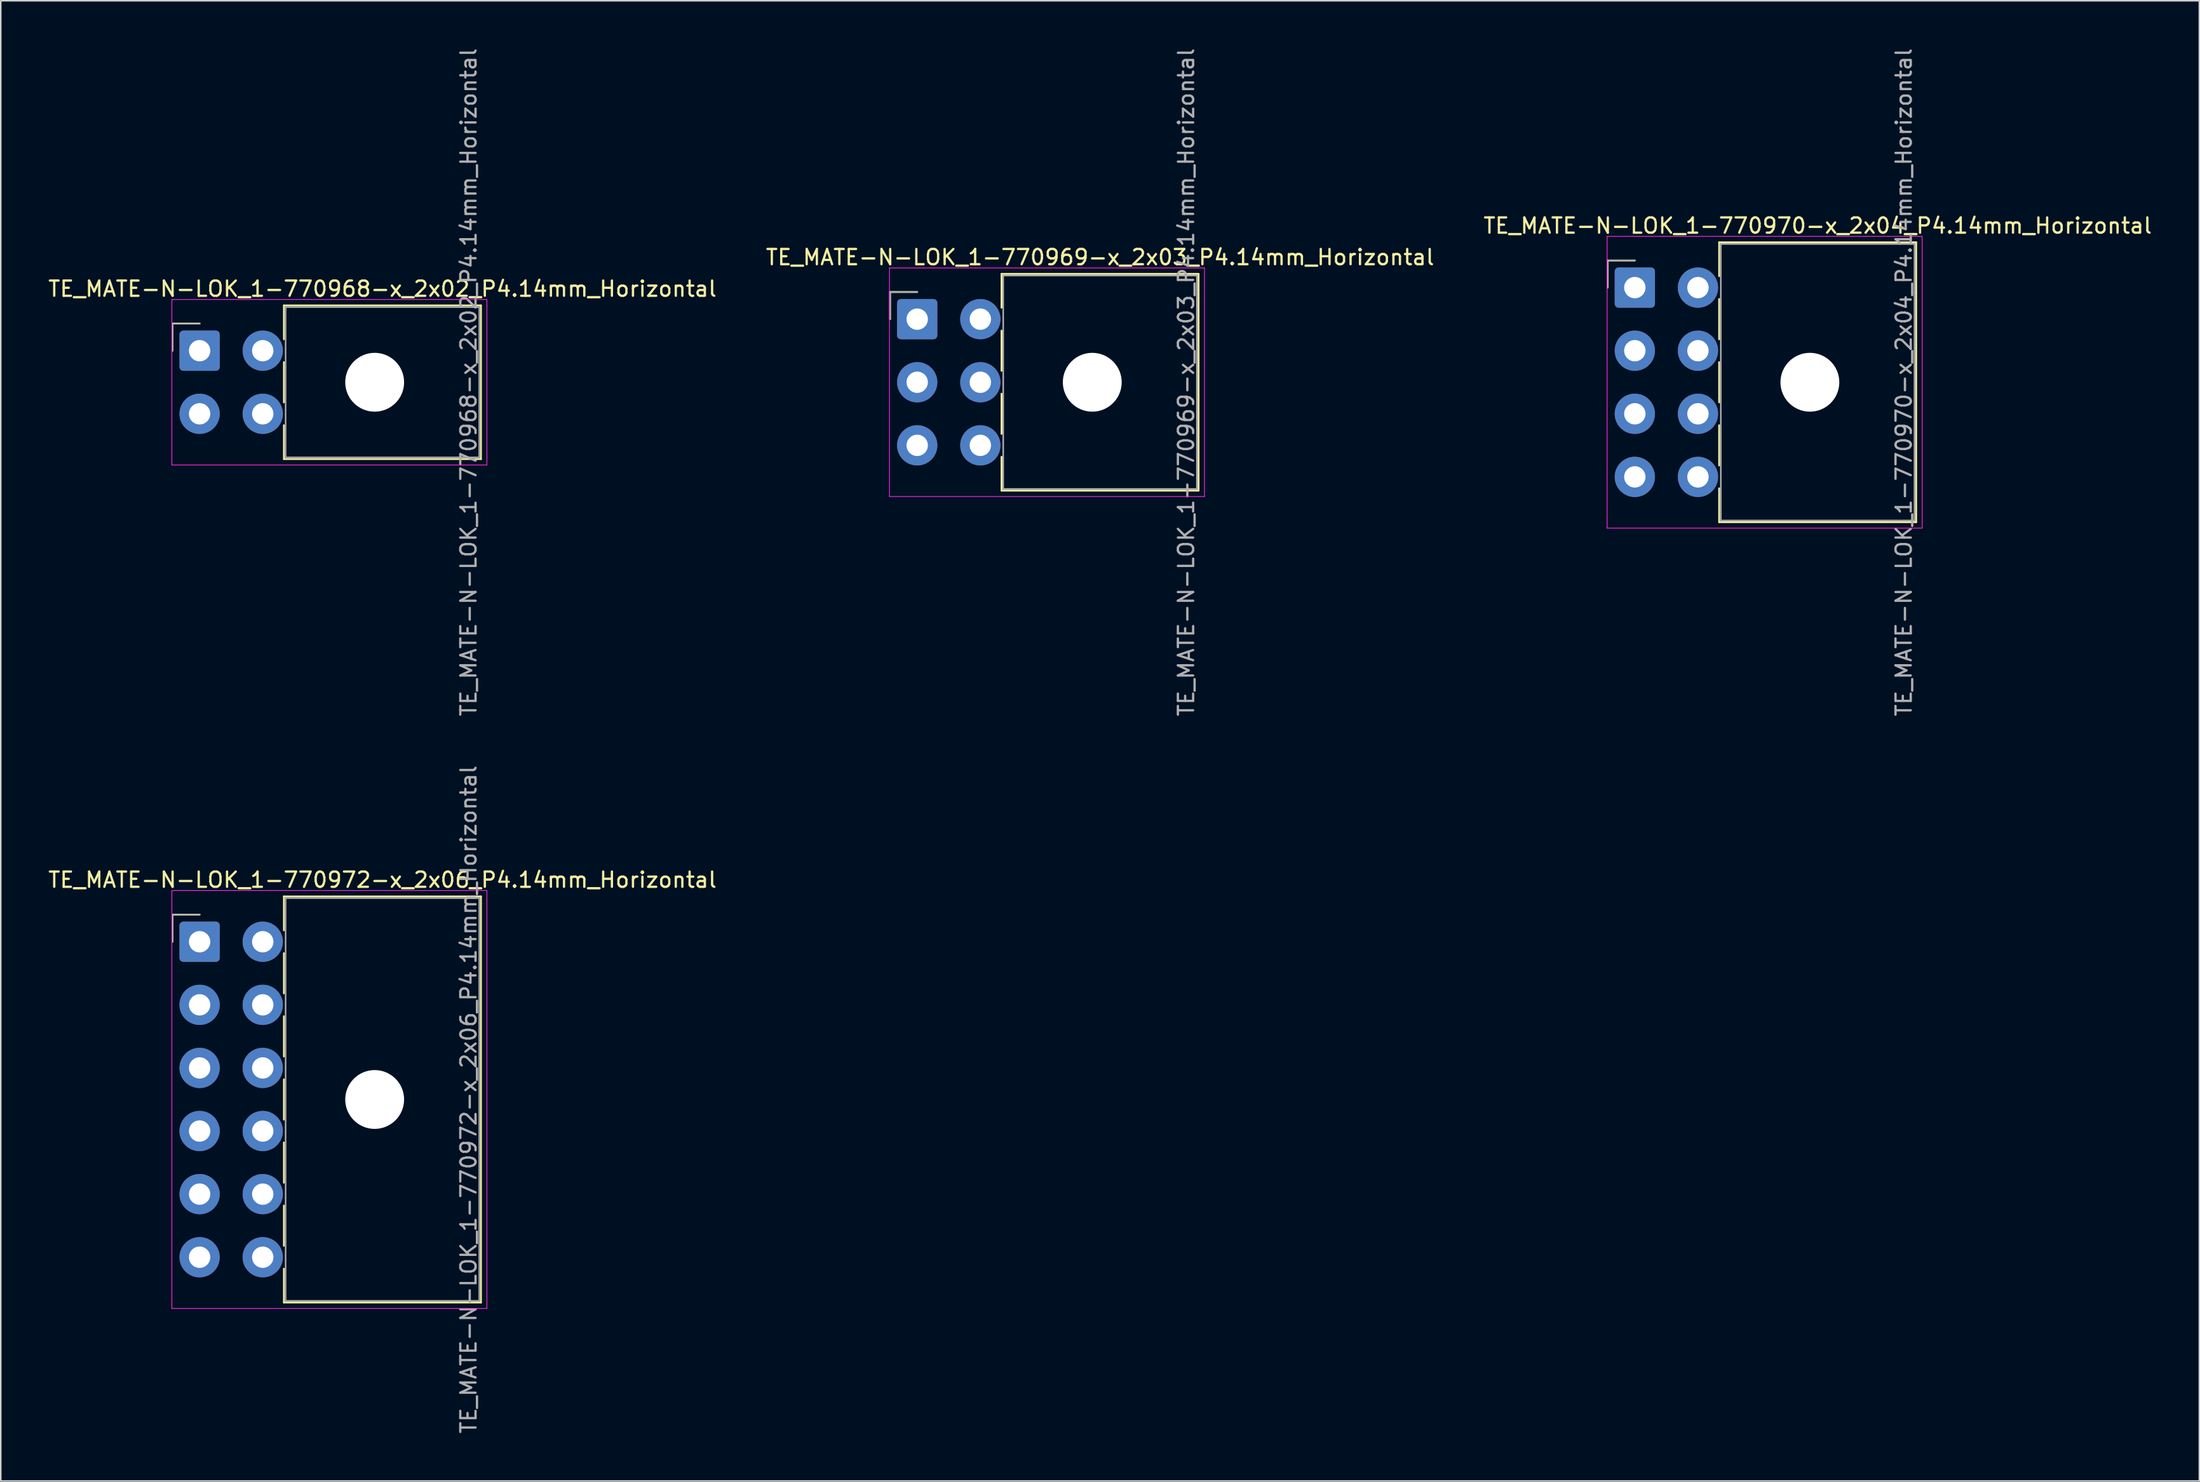
<source format=kicad_pcb>
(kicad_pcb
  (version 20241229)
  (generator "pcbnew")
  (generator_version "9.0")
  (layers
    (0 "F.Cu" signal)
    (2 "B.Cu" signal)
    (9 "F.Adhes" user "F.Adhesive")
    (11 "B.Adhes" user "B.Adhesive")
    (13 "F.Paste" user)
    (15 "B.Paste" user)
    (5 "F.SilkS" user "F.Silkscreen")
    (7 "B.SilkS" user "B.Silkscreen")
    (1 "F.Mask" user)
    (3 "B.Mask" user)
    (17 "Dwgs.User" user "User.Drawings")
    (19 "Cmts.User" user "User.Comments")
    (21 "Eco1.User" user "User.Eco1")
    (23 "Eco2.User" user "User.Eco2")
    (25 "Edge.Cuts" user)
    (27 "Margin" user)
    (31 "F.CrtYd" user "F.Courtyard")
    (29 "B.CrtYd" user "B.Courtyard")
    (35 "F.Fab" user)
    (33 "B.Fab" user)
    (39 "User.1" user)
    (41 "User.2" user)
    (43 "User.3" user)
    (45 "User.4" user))
  (footprint "TE_MATE-N-LOK_1-770969-x_2x03_P4.14mm_Horizontal"
    (layer "F.Cu")
    (at 57.099 17.89)
    (property "Reference" "TE_MATE-N-LOK_1-770969-x_2x03_P4.14mm_Horizontal" (at 11.99 -4.06 0) (layer "F.SilkS") (effects (font (size 1 1) (thickness 0.15))))
    (attr through_hole)
    (fp_line (start -1.78 -1.78) (end -1.78 0) (stroke (width 0.12) (type solid)) (layer "F.SilkS"))
    (fp_line (start 0 -1.78) (end -1.78 -1.78) (stroke (width 0.12) (type solid)) (layer "F.SilkS"))
    (fp_line (start 5.53 -2.97) (end 18.45 -2.97) (stroke (width 0.12) (type solid)) (layer "F.SilkS"))
    (fp_line (start 5.53 -0.751) (end 5.53 -2.97) (stroke (width 0.12) (type solid)) (layer "F.SilkS"))
    (fp_line (start 5.53 0.751) (end 5.53 3.389) (stroke (width 0.12) (type solid)) (layer "F.SilkS"))
    (fp_line (start 5.53 4.891) (end 5.53 7.529) (stroke (width 0.12) (type solid)) (layer "F.SilkS"))
    (fp_line (start 5.53 11.25) (end 5.53 9.031) (stroke (width 0.12) (type solid)) (layer "F.SilkS"))
    (fp_line (start 18.45 -2.97) (end 18.45 11.25) (stroke (width 0.12) (type solid)) (layer "F.SilkS"))
    (fp_line (start 18.45 11.25) (end 5.53 11.25) (stroke (width 0.12) (type solid)) (layer "F.SilkS"))
    (fp_line (start -1.82 -3.36) (end -1.82 11.64) (stroke (width 0.05) (type solid)) (layer "F.CrtYd"))
    (fp_line (start -1.82 11.64) (end 18.84 11.64) (stroke (width 0.05) (type solid)) (layer "F.CrtYd"))
    (fp_line (start 18.84 -3.36) (end -1.82 -3.36) (stroke (width 0.05) (type solid)) (layer "F.CrtYd"))
    (fp_line (start 18.84 11.64) (end 18.84 -3.36) (stroke (width 0.05) (type solid)) (layer "F.CrtYd"))
    (fp_line (start -1.78 -1.78) (end -1.78 0) (stroke (width 0.1) (type solid)) (layer "F.Fab"))
    (fp_line (start 0 -1.78) (end -1.78 -1.78) (stroke (width 0.1) (type solid)) (layer "F.Fab"))
    (fp_line (start 5.64 -2.86) (end 5.64 11.14) (stroke (width 0.1) (type solid)) (layer "F.Fab"))
    (fp_line (start 5.64 11.14) (end 18.34 11.14) (stroke (width 0.1) (type solid)) (layer "F.Fab"))
    (fp_line (start 18.34 -2.86) (end 5.64 -2.86) (stroke (width 0.1) (type solid)) (layer "F.Fab"))
    (fp_line (start 18.34 11.14) (end 18.34 -2.86) (stroke (width 0.1) (type solid)) (layer "F.Fab"))
    (fp_text user "${REFERENCE}" (at 17.64 4.14 90) (layer "F.Fab") (effects (font (size 1 1) (thickness 0.15))))
    (pad "" np_thru_hole circle (at 11.48 4.14) (size 3.86 3.86) (drill 3.86) (layers "*.Cu" "*.Mask"))
    (pad "1" thru_hole roundrect (at 0 0) (size 2.64 2.64) (drill 1.4) (layers "*.Cu" "*.Mask") (roundrect_rratio 0.095))
    (pad "2" thru_hole circle (at 0 4.14) (size 2.64 2.64) (drill 1.4) (layers "*.Cu" "*.Mask"))
    (pad "3" thru_hole circle (at 0 8.28) (size 2.64 2.64) (drill 1.4) (layers "*.Cu" "*.Mask"))
    (pad "4" thru_hole circle (at 4.14 0) (size 2.64 2.64) (drill 1.4) (layers "*.Cu" "*.Mask"))
    (pad "5" thru_hole circle (at 4.14 4.14) (size 2.64 2.64) (drill 1.4) (layers "*.Cu" "*.Mask"))
    (pad "6" thru_hole circle (at 4.14 8.28) (size 2.64 2.64) (drill 1.4) (layers "*.Cu" "*.Mask")))
  (footprint "TE_MATE-N-LOK_1-770970-x_2x04_P4.14mm_Horizontal"
    (layer "F.Cu")
    (at 104.159 15.82)
    (property "Reference" "TE_MATE-N-LOK_1-770970-x_2x04_P4.14mm_Horizontal" (at 11.99 -4.06 0) (layer "F.SilkS") (effects (font (size 1 1) (thickness 0.15))))
    (attr through_hole)
    (fp_line (start -1.78 -1.78) (end -1.78 0) (stroke (width 0.12) (type solid)) (layer "F.SilkS"))
    (fp_line (start 0 -1.78) (end -1.78 -1.78) (stroke (width 0.12) (type solid)) (layer "F.SilkS"))
    (fp_line (start 5.53 -2.97) (end 18.45 -2.97) (stroke (width 0.12) (type solid)) (layer "F.SilkS"))
    (fp_line (start 5.53 -0.751) (end 5.53 -2.97) (stroke (width 0.12) (type solid)) (layer "F.SilkS"))
    (fp_line (start 5.53 0.751) (end 5.53 3.389) (stroke (width 0.12) (type solid)) (layer "F.SilkS"))
    (fp_line (start 5.53 4.891) (end 5.53 7.529) (stroke (width 0.12) (type solid)) (layer "F.SilkS"))
    (fp_line (start 5.53 9.031) (end 5.53 11.669) (stroke (width 0.12) (type solid)) (layer "F.SilkS"))
    (fp_line (start 5.53 15.39) (end 5.53 13.171) (stroke (width 0.12) (type solid)) (layer "F.SilkS"))
    (fp_line (start 18.45 -2.97) (end 18.45 15.39) (stroke (width 0.12) (type solid)) (layer "F.SilkS"))
    (fp_line (start 18.45 15.39) (end 5.53 15.39) (stroke (width 0.12) (type solid)) (layer "F.SilkS"))
    (fp_line (start -1.82 -3.36) (end -1.82 15.78) (stroke (width 0.05) (type solid)) (layer "F.CrtYd"))
    (fp_line (start -1.82 15.78) (end 18.84 15.78) (stroke (width 0.05) (type solid)) (layer "F.CrtYd"))
    (fp_line (start 18.84 -3.36) (end -1.82 -3.36) (stroke (width 0.05) (type solid)) (layer "F.CrtYd"))
    (fp_line (start 18.84 15.78) (end 18.84 -3.36) (stroke (width 0.05) (type solid)) (layer "F.CrtYd"))
    (fp_line (start -1.78 -1.78) (end -1.78 0) (stroke (width 0.1) (type solid)) (layer "F.Fab"))
    (fp_line (start 0 -1.78) (end -1.78 -1.78) (stroke (width 0.1) (type solid)) (layer "F.Fab"))
    (fp_line (start 5.64 -2.86) (end 5.64 15.28) (stroke (width 0.1) (type solid)) (layer "F.Fab"))
    (fp_line (start 5.64 15.28) (end 18.34 15.28) (stroke (width 0.1) (type solid)) (layer "F.Fab"))
    (fp_line (start 18.34 -2.86) (end 5.64 -2.86) (stroke (width 0.1) (type solid)) (layer "F.Fab"))
    (fp_line (start 18.34 15.28) (end 18.34 -2.86) (stroke (width 0.1) (type solid)) (layer "F.Fab"))
    (fp_text user "${REFERENCE}" (at 17.64 6.21 90) (layer "F.Fab") (effects (font (size 1 1) (thickness 0.15))))
    (pad "" np_thru_hole circle (at 11.48 6.21) (size 3.86 3.86) (drill 3.86) (layers "*.Cu" "*.Mask"))
    (pad "1" thru_hole roundrect (at 0 0) (size 2.64 2.64) (drill 1.4) (layers "*.Cu" "*.Mask") (roundrect_rratio 0.095))
    (pad "2" thru_hole circle (at 0 4.14) (size 2.64 2.64) (drill 1.4) (layers "*.Cu" "*.Mask"))
    (pad "3" thru_hole circle (at 0 8.28) (size 2.64 2.64) (drill 1.4) (layers "*.Cu" "*.Mask"))
    (pad "4" thru_hole circle (at 0 12.42) (size 2.64 2.64) (drill 1.4) (layers "*.Cu" "*.Mask"))
    (pad "5" thru_hole circle (at 4.14 0) (size 2.64 2.64) (drill 1.4) (layers "*.Cu" "*.Mask"))
    (pad "6" thru_hole circle (at 4.14 4.14) (size 2.64 2.64) (drill 1.4) (layers "*.Cu" "*.Mask"))
    (pad "7" thru_hole circle (at 4.14 8.28) (size 2.64 2.64) (drill 1.4) (layers "*.Cu" "*.Mask"))
    (pad "8" thru_hole circle (at 4.14 12.42) (size 2.64 2.64) (drill 1.4) (layers "*.Cu" "*.Mask")))
  (footprint "TE_MATE-N-LOK_1-770968-x_2x02_P4.14mm_Horizontal"
    (layer "F.Cu")
    (at 10.04 19.96)
    (property "Reference" "TE_MATE-N-LOK_1-770968-x_2x02_P4.14mm_Horizontal" (at 11.99 -4.06 0) (layer "F.SilkS") (effects (font (size 1 1) (thickness 0.15))))
    (attr through_hole)
    (fp_line (start -1.78 -1.78) (end -1.78 0) (stroke (width 0.12) (type solid)) (layer "F.SilkS"))
    (fp_line (start 0 -1.78) (end -1.78 -1.78) (stroke (width 0.12) (type solid)) (layer "F.SilkS"))
    (fp_line (start 5.53 -2.97) (end 18.45 -2.97) (stroke (width 0.12) (type solid)) (layer "F.SilkS"))
    (fp_line (start 5.53 -0.751) (end 5.53 -2.97) (stroke (width 0.12) (type solid)) (layer "F.SilkS"))
    (fp_line (start 5.53 0.751) (end 5.53 3.389) (stroke (width 0.12) (type solid)) (layer "F.SilkS"))
    (fp_line (start 5.53 7.11) (end 5.53 4.891) (stroke (width 0.12) (type solid)) (layer "F.SilkS"))
    (fp_line (start 18.45 -2.97) (end 18.45 7.11) (stroke (width 0.12) (type solid)) (layer "F.SilkS"))
    (fp_line (start 18.45 7.11) (end 5.53 7.11) (stroke (width 0.12) (type solid)) (layer "F.SilkS"))
    (fp_line (start -1.82 -3.36) (end -1.82 7.5) (stroke (width 0.05) (type solid)) (layer "F.CrtYd"))
    (fp_line (start -1.82 7.5) (end 18.84 7.5) (stroke (width 0.05) (type solid)) (layer "F.CrtYd"))
    (fp_line (start 18.84 -3.36) (end -1.82 -3.36) (stroke (width 0.05) (type solid)) (layer "F.CrtYd"))
    (fp_line (start 18.84 7.5) (end 18.84 -3.36) (stroke (width 0.05) (type solid)) (layer "F.CrtYd"))
    (fp_line (start -1.78 -1.78) (end -1.78 0) (stroke (width 0.1) (type solid)) (layer "F.Fab"))
    (fp_line (start 0 -1.78) (end -1.78 -1.78) (stroke (width 0.1) (type solid)) (layer "F.Fab"))
    (fp_line (start 5.64 -2.86) (end 5.64 7) (stroke (width 0.1) (type solid)) (layer "F.Fab"))
    (fp_line (start 5.64 7) (end 18.34 7) (stroke (width 0.1) (type solid)) (layer "F.Fab"))
    (fp_line (start 18.34 -2.86) (end 5.64 -2.86) (stroke (width 0.1) (type solid)) (layer "F.Fab"))
    (fp_line (start 18.34 7) (end 18.34 -2.86) (stroke (width 0.1) (type solid)) (layer "F.Fab"))
    (fp_text user "${REFERENCE}" (at 17.64 2.07 90) (layer "F.Fab") (effects (font (size 1 1) (thickness 0.15))))
    (pad "" np_thru_hole circle (at 11.48 2.07) (size 3.86 3.86) (drill 3.86) (layers "*.Cu" "*.Mask"))
    (pad "1" thru_hole roundrect (at 0 0) (size 2.64 2.64) (drill 1.4) (layers "*.Cu" "*.Mask") (roundrect_rratio 0.095))
    (pad "2" thru_hole circle (at 0 4.14) (size 2.64 2.64) (drill 1.4) (layers "*.Cu" "*.Mask"))
    (pad "3" thru_hole circle (at 4.14 0) (size 2.64 2.64) (drill 1.4) (layers "*.Cu" "*.Mask"))
    (pad "4" thru_hole circle (at 4.14 4.14) (size 2.64 2.64) (drill 1.4) (layers "*.Cu" "*.Mask")))
  (footprint "TE_MATE-N-LOK_1-770972-x_2x06_P4.14mm_Horizontal"
    (layer "F.Cu")
    (at 10.04 58.739)
    (property "Reference" "TE_MATE-N-LOK_1-770972-x_2x06_P4.14mm_Horizontal" (at 11.99 -4.06 0) (layer "F.SilkS") (effects (font (size 1 1) (thickness 0.15))))
    (attr through_hole)
    (fp_line (start -1.78 -1.78) (end -1.78 0) (stroke (width 0.12) (type solid)) (layer "F.SilkS"))
    (fp_line (start 0 -1.78) (end -1.78 -1.78) (stroke (width 0.12) (type solid)) (layer "F.SilkS"))
    (fp_line (start 5.53 -2.97) (end 18.45 -2.97) (stroke (width 0.12) (type solid)) (layer "F.SilkS"))
    (fp_line (start 5.53 -0.751) (end 5.53 -2.97) (stroke (width 0.12) (type solid)) (layer "F.SilkS"))
    (fp_line (start 5.53 0.751) (end 5.53 3.389) (stroke (width 0.12) (type solid)) (layer "F.SilkS"))
    (fp_line (start 5.53 4.891) (end 5.53 7.529) (stroke (width 0.12) (type solid)) (layer "F.SilkS"))
    (fp_line (start 5.53 9.031) (end 5.53 11.669) (stroke (width 0.12) (type solid)) (layer "F.SilkS"))
    (fp_line (start 5.53 13.171) (end 5.53 15.809) (stroke (width 0.12) (type solid)) (layer "F.SilkS"))
    (fp_line (start 5.53 17.311) (end 5.53 19.949) (stroke (width 0.12) (type solid)) (layer "F.SilkS"))
    (fp_line (start 5.53 23.67) (end 5.53 21.451) (stroke (width 0.12) (type solid)) (layer "F.SilkS"))
    (fp_line (start 18.45 -2.97) (end 18.45 23.67) (stroke (width 0.12) (type solid)) (layer "F.SilkS"))
    (fp_line (start 18.45 23.67) (end 5.53 23.67) (stroke (width 0.12) (type solid)) (layer "F.SilkS"))
    (fp_line (start -1.82 -3.36) (end -1.82 24.06) (stroke (width 0.05) (type solid)) (layer "F.CrtYd"))
    (fp_line (start -1.82 24.06) (end 18.84 24.06) (stroke (width 0.05) (type solid)) (layer "F.CrtYd"))
    (fp_line (start 18.84 -3.36) (end -1.82 -3.36) (stroke (width 0.05) (type solid)) (layer "F.CrtYd"))
    (fp_line (start 18.84 24.06) (end 18.84 -3.36) (stroke (width 0.05) (type solid)) (layer "F.CrtYd"))
    (fp_line (start -1.78 -1.78) (end -1.78 0) (stroke (width 0.1) (type solid)) (layer "F.Fab"))
    (fp_line (start 0 -1.78) (end -1.78 -1.78) (stroke (width 0.1) (type solid)) (layer "F.Fab"))
    (fp_line (start 5.64 -2.86) (end 5.64 23.56) (stroke (width 0.1) (type solid)) (layer "F.Fab"))
    (fp_line (start 5.64 23.56) (end 18.34 23.56) (stroke (width 0.1) (type solid)) (layer "F.Fab"))
    (fp_line (start 18.34 -2.86) (end 5.64 -2.86) (stroke (width 0.1) (type solid)) (layer "F.Fab"))
    (fp_line (start 18.34 23.56) (end 18.34 -2.86) (stroke (width 0.1) (type solid)) (layer "F.Fab"))
    (fp_text user "${REFERENCE}" (at 17.64 10.35 90) (layer "F.Fab") (effects (font (size 1 1) (thickness 0.15))))
    (pad "" np_thru_hole circle (at 11.48 10.35) (size 3.86 3.86) (drill 3.86) (layers "*.Cu" "*.Mask"))
    (pad "1" thru_hole roundrect (at 0 0) (size 2.64 2.64) (drill 1.4) (layers "*.Cu" "*.Mask") (roundrect_rratio 0.095))
    (pad "2" thru_hole circle (at 0 4.14) (size 2.64 2.64) (drill 1.4) (layers "*.Cu" "*.Mask"))
    (pad "3" thru_hole circle (at 0 8.28) (size 2.64 2.64) (drill 1.4) (layers "*.Cu" "*.Mask"))
    (pad "4" thru_hole circle (at 0 12.42) (size 2.64 2.64) (drill 1.4) (layers "*.Cu" "*.Mask"))
    (pad "5" thru_hole circle (at 0 16.56) (size 2.64 2.64) (drill 1.4) (layers "*.Cu" "*.Mask"))
    (pad "6" thru_hole circle (at 0 20.7) (size 2.64 2.64) (drill 1.4) (layers "*.Cu" "*.Mask"))
    (pad "7" thru_hole circle (at 4.14 0) (size 2.64 2.64) (drill 1.4) (layers "*.Cu" "*.Mask"))
    (pad "8" thru_hole circle (at 4.14 4.14) (size 2.64 2.64) (drill 1.4) (layers "*.Cu" "*.Mask"))
    (pad "9" thru_hole circle (at 4.14 8.28) (size 2.64 2.64) (drill 1.4) (layers "*.Cu" "*.Mask"))
    (pad "10" thru_hole circle (at 4.14 12.42) (size 2.64 2.64) (drill 1.4) (layers "*.Cu" "*.Mask"))
    (pad "11" thru_hole circle (at 4.14 16.56) (size 2.64 2.64) (drill 1.4) (layers "*.Cu" "*.Mask"))
    (pad "12" thru_hole circle (at 4.14 20.7) (size 2.64 2.64) (drill 1.4) (layers "*.Cu" "*.Mask")))
  (gr_rect
    (start -3 -3)
    (end 141.179 94.119)
    (stroke (width 0.1) (type default))
    (fill no)
    (layer "Edge.Cuts")))
</source>
